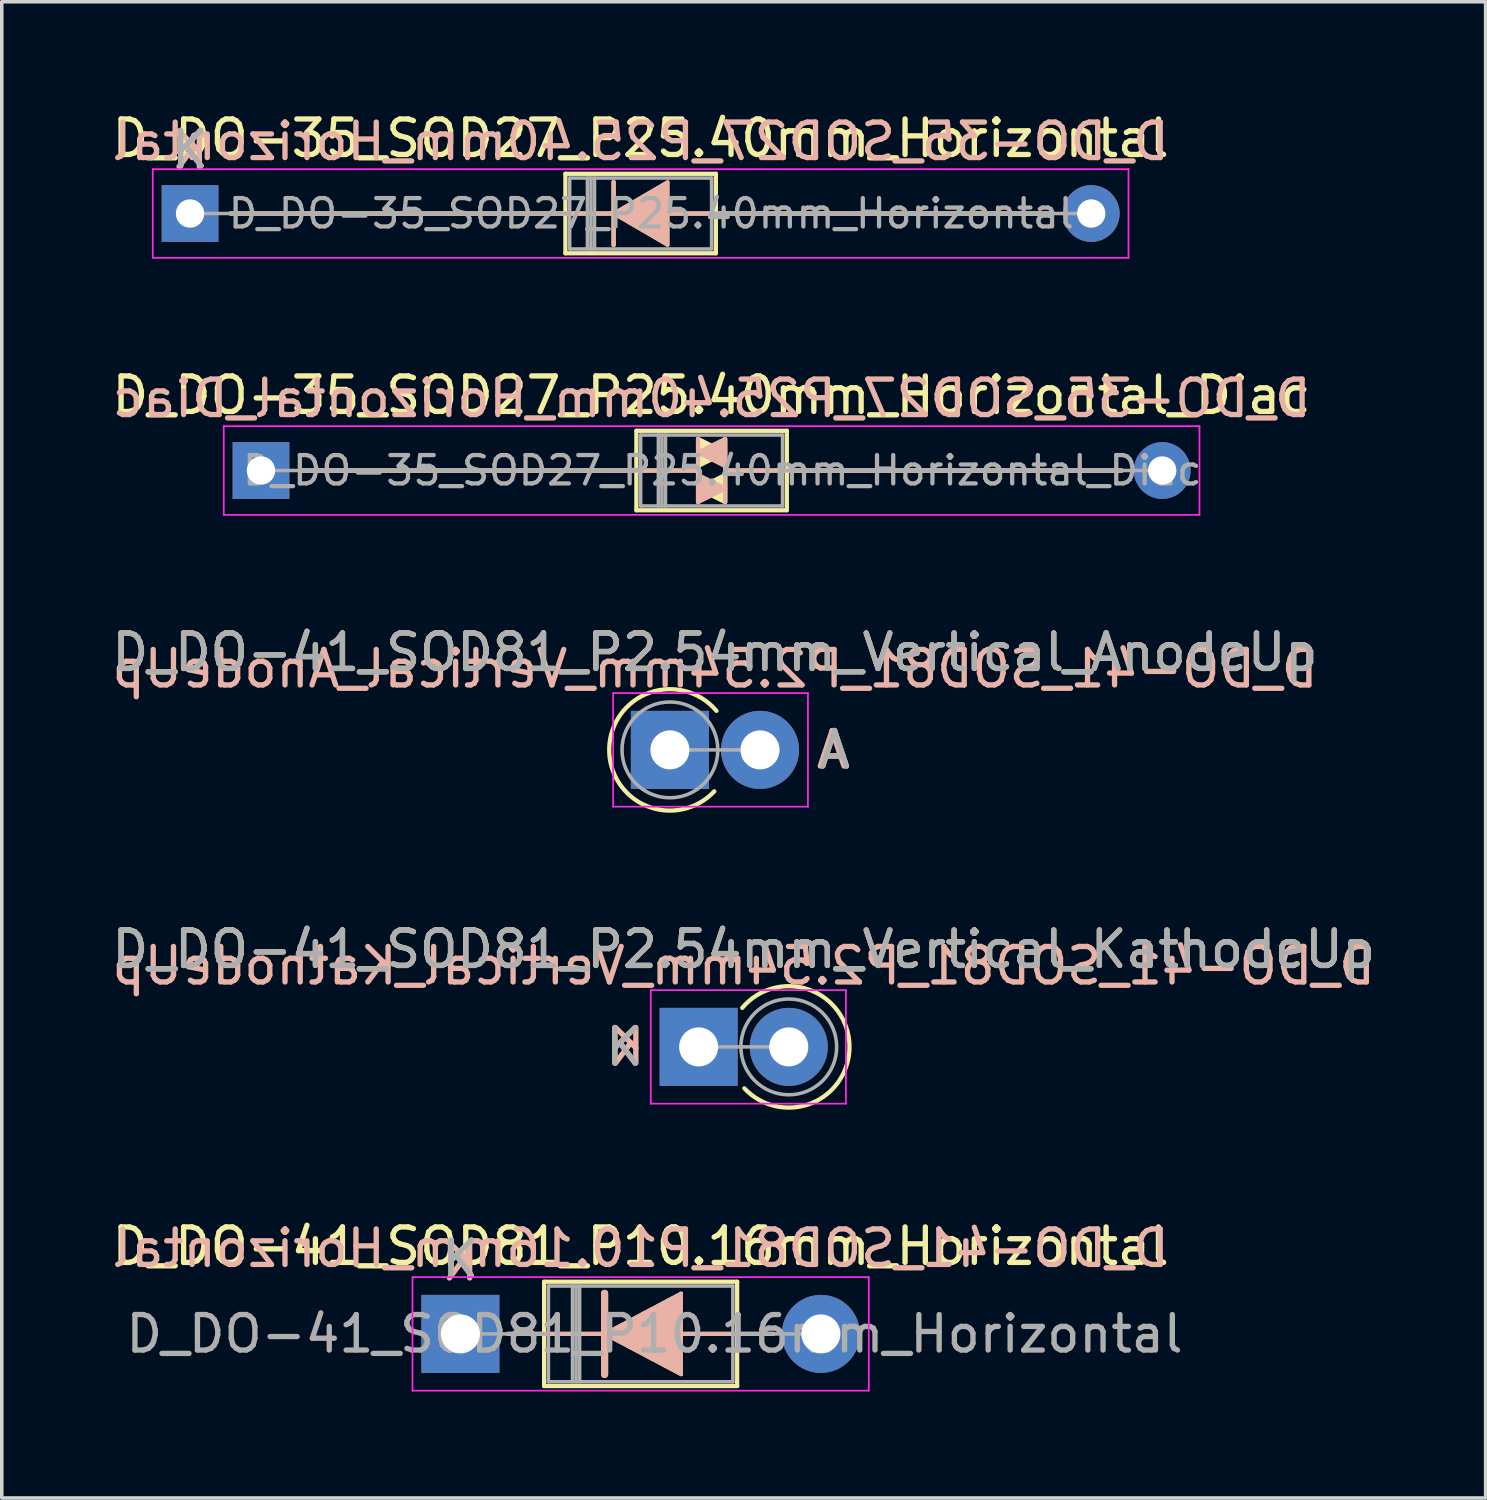
<source format=kicad_pcb>
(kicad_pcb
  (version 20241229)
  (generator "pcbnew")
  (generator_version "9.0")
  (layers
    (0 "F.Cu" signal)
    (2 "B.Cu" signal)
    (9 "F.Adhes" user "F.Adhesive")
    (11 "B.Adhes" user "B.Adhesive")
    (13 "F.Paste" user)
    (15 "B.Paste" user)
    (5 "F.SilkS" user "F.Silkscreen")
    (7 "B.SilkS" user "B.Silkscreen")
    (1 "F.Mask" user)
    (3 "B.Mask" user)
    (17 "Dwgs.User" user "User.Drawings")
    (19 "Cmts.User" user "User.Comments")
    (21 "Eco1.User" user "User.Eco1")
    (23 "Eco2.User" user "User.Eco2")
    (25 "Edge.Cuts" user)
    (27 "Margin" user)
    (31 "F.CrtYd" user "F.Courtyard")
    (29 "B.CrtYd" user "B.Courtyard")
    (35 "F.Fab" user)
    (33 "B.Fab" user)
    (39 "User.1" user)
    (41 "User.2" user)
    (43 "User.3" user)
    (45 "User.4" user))
  (footprint "D_DO-35_SOD27_P25.40mm_Horizontal_Diac"
    (layer "F.Cu")
    (at 4.306 10.211)
    (property "Reference" "D_DO-35_SOD27_P25.40mm_Horizontal_Diac" (at 12.7 -2.12 0) (layer "F.SilkS") (effects (font (size 1 1) (thickness 0.15))))
    (fp_line (start 1.143 0) (end 10.58 0) (stroke (width 0.12) (type solid)) (layer "F.SilkS"))
    (fp_line (start 10.541 0) (end 12.319 0) (stroke (width 0.12) (type solid)) (layer "F.SilkS"))
    (fp_line (start 10.58 -1.12) (end 10.58 1.12) (stroke (width 0.12) (type solid)) (layer "F.SilkS"))
    (fp_line (start 10.58 1.12) (end 14.82 1.12) (stroke (width 0.12) (type solid)) (layer "F.SilkS"))
    (fp_line (start 12.319 -0.889) (end 12.319 0.889) (stroke (width 0.12) (type solid)) (layer "F.SilkS"))
    (fp_line (start 13.081 -0.889) (end 13.081 0.889) (stroke (width 0.12) (type solid)) (layer "F.SilkS"))
    (fp_line (start 14.82 -1.12) (end 10.58 -1.12) (stroke (width 0.12) (type solid)) (layer "F.SilkS"))
    (fp_line (start 14.82 0) (end 13.081 0) (stroke (width 0.12) (type solid)) (layer "F.SilkS"))
    (fp_line (start 14.82 1.12) (end 14.82 -1.12) (stroke (width 0.12) (type solid)) (layer "F.SilkS"))
    (fp_line (start 24.257 0) (end 14.82 0) (stroke (width 0.12) (type solid)) (layer "F.SilkS"))
    (fp_poly (pts (xy 13.081 -0.508) (xy 12.319 -0.127) (xy 12.319 -0.889)) (stroke (width 0.12) (type solid)) (fill yes) (layer "F.SilkS"))
    (fp_poly (pts (xy 13.081 0.889) (xy 12.319 0.508) (xy 13.081 0.127)) (stroke (width 0.12) (type solid)) (fill yes) (layer "F.SilkS"))
    (fp_line (start 1.143 0) (end 10.58 0) (stroke (width 0.12) (type solid)) (layer "B.SilkS"))
    (fp_line (start 10.541 0) (end 12.319 0) (stroke (width 0.12) (type solid)) (layer "B.SilkS"))
    (fp_line (start 12.319 0.889) (end 12.319 -0.889) (stroke (width 0.12) (type solid)) (layer "B.SilkS"))
    (fp_line (start 13.081 0.889) (end 13.081 -0.889) (stroke (width 0.12) (type solid)) (layer "B.SilkS"))
    (fp_line (start 14.82 0) (end 13.081 0) (stroke (width 0.12) (type solid)) (layer "B.SilkS"))
    (fp_line (start 24.257 0) (end 14.82 0) (stroke (width 0.12) (type solid)) (layer "B.SilkS"))
    (fp_poly (pts (xy 13.081 -0.889) (xy 12.319 -0.508) (xy 13.081 -0.127)) (stroke (width 0.12) (type solid)) (fill yes) (layer "B.SilkS"))
    (fp_poly (pts (xy 13.081 0.508) (xy 12.319 0.127) (xy 12.319 0.889)) (stroke (width 0.12) (type solid)) (fill yes) (layer "B.SilkS"))
    (fp_line (start -1.05 -1.25) (end -1.05 1.25) (stroke (width 0.05) (type solid)) (layer "F.CrtYd"))
    (fp_line (start -1.05 1.25) (end 26.45 1.25) (stroke (width 0.05) (type solid)) (layer "F.CrtYd"))
    (fp_line (start 26.45 -1.25) (end -1.05 -1.25) (stroke (width 0.05) (type solid)) (layer "F.CrtYd"))
    (fp_line (start 26.45 1.25) (end 26.45 -1.25) (stroke (width 0.05) (type solid)) (layer "F.CrtYd"))
    (fp_line (start 0 0) (end 10.7 0) (stroke (width 0.1) (type solid)) (layer "F.Fab"))
    (fp_line (start 10.7 -1) (end 10.7 1) (stroke (width 0.1) (type solid)) (layer "F.Fab"))
    (fp_line (start 10.7 1) (end 14.7 1) (stroke (width 0.1) (type solid)) (layer "F.Fab"))
    (fp_line (start 11.2 -1) (end 11.2 1) (stroke (width 0.1) (type solid)) (layer "F.Fab"))
    (fp_line (start 11.3 -1) (end 11.3 1) (stroke (width 0.1) (type solid)) (layer "F.Fab"))
    (fp_line (start 11.4 -1) (end 11.4 1) (stroke (width 0.1) (type solid)) (layer "F.Fab"))
    (fp_line (start 14.7 -1) (end 10.7 -1) (stroke (width 0.1) (type solid)) (layer "F.Fab"))
    (fp_line (start 14.7 1) (end 14.7 -1) (stroke (width 0.1) (type solid)) (layer "F.Fab"))
    (fp_line (start 25.4 0) (end 14.7 0) (stroke (width 0.1) (type solid)) (layer "F.Fab"))
    (fp_text user "${REFERENCE}" (at 12.7 -2.032 0) (layer "B.SilkS") (effects (font (size 1 1) (thickness 0.15)) (justify mirror)))
    (fp_text user "${REFERENCE}" (at 13 0 0) (layer "F.Fab") (effects (font (size 0.8 0.8) (thickness 0.12))))
    (pad "1" thru_hole rect (at 0 0) (size 1.6 1.6) (drill 0.8) (layers "*.Cu" "*.Mask"))
    (pad "2" thru_hole oval (at 25.4 0) (size 1.6 1.6) (drill 0.8) (layers "*.Cu" "*.Mask")))
  (footprint "D_DO-41_SOD81_P2.54mm_Vertical_AnodeUp"
    (layer "F.Cu")
    (at 15.831 18.085)
    (property "Reference" "D_DO-41_SOD81_P2.54mm_Vertical_AnodeUp" (at 1.27 -2.751 0) (layer "F.SilkS") (effects (font (size 1 1) (thickness 0.15))))
    (fp_arc (start 1.251551 1.167366) (mid -1.710877 -0.044974) (end 1.311153 -1.1) (stroke (width 0.12) (type solid)) (layer "F.SilkS"))
    (fp_line (start -1.6 -1.6) (end -1.6 1.6) (stroke (width 0.05) (type solid)) (layer "F.CrtYd"))
    (fp_line (start -1.6 1.6) (end 3.89 1.6) (stroke (width 0.05) (type solid)) (layer "F.CrtYd"))
    (fp_line (start 3.89 -1.6) (end -1.6 -1.6) (stroke (width 0.05) (type solid)) (layer "F.CrtYd"))
    (fp_line (start 3.89 1.6) (end 3.89 -1.6) (stroke (width 0.05) (type solid)) (layer "F.CrtYd"))
    (fp_line (start 0 0) (end 2.54 0) (stroke (width 0.1) (type solid)) (layer "F.Fab"))
    (fp_circle (center 0 0) (end 1.35 0) (stroke (width 0.1) (type solid)) (fill no) (layer "F.Fab"))
    (fp_text user "A" (at 4.64 0 0) (layer "F.SilkS") (effects (font (size 1 1) (thickness 0.15))))
    (fp_text user "${REFERENCE}" (at 1.27 -2.286 0) (layer "B.SilkS") (effects (font (size 1 1) (thickness 0.15)) (justify mirror)))
    (fp_text user "A" (at 4.572 0 0) (layer "B.SilkS") (effects (font (size 1 1) (thickness 0.15)) (justify mirror)))
    (fp_text user "A" (at 4.64 0 0) (layer "F.Fab") (effects (font (size 1 1) (thickness 0.15))))
    (fp_text user "${REFERENCE}" (at 1.27 -2.751 0) (layer "F.Fab") (effects (font (size 1 1) (thickness 0.15))))
    (pad "1" thru_hole rect (at 0 0) (size 2.2 2.2) (drill 1.1) (layers "*.Cu" "*.Mask"))
    (pad "2" thru_hole oval (at 2.54 0) (size 2.2 2.2) (drill 1.1) (layers "*.Cu" "*.Mask")))
  (footprint "D_DO-41_SOD81_P10.16mm_Horizontal"
    (layer "F.Cu")
    (at 9.926 34.545)
    (property "Reference" "D_DO-41_SOD81_P10.16mm_Horizontal" (at 5.08 -2.47 0) (layer "F.SilkS") (effects (font (size 1 1) (thickness 0.15))))
    (fp_line (start 1.34 0) (end 2.36 0) (stroke (width 0.12) (type solid)) (layer "F.SilkS"))
    (fp_line (start 2.36 -1.47) (end 2.36 1.47) (stroke (width 0.12) (type solid)) (layer "F.SilkS"))
    (fp_line (start 2.36 1.47) (end 7.8 1.47) (stroke (width 0.12) (type solid)) (layer "F.SilkS"))
    (fp_line (start 4.064 -1.143) (end 4.064 1.143) (stroke (width 0.2) (type solid)) (layer "F.SilkS"))
    (fp_line (start 4.064 0) (end 2.36 0) (stroke (width 0.12) (type solid)) (layer "F.SilkS"))
    (fp_line (start 6.223 0) (end 7.8 0) (stroke (width 0.12) (type solid)) (layer "F.SilkS"))
    (fp_line (start 7.8 -1.47) (end 2.36 -1.47) (stroke (width 0.12) (type solid)) (layer "F.SilkS"))
    (fp_line (start 7.8 1.47) (end 7.8 -1.47) (stroke (width 0.12) (type solid)) (layer "F.SilkS"))
    (fp_line (start 8.82 0) (end 7.8 0) (stroke (width 0.12) (type solid)) (layer "F.SilkS"))
    (fp_poly (pts (xy 6.223 1.143) (xy 4.064 0) (xy 6.223 -1.143)) (stroke (width 0.1) (type solid)) (fill yes) (layer "F.SilkS"))
    (fp_line (start 1.34 0) (end 2.36 0) (stroke (width 0.12) (type solid)) (layer "B.SilkS"))
    (fp_line (start 4.064 0) (end 2.36 0) (stroke (width 0.12) (type solid)) (layer "B.SilkS"))
    (fp_line (start 4.064 1.143) (end 4.064 -1.143) (stroke (width 0.2) (type solid)) (layer "B.SilkS"))
    (fp_line (start 6.223 0) (end 7.8 0) (stroke (width 0.12) (type solid)) (layer "B.SilkS"))
    (fp_line (start 8.82 0) (end 7.8 0) (stroke (width 0.12) (type solid)) (layer "B.SilkS"))
    (fp_poly (pts (xy 6.223 -1.143) (xy 4.064 0) (xy 6.223 1.143)) (stroke (width 0.1) (type solid)) (fill yes) (layer "B.SilkS"))
    (fp_line (start -1.35 -1.6) (end -1.35 1.6) (stroke (width 0.05) (type solid)) (layer "F.CrtYd"))
    (fp_line (start -1.35 1.6) (end 11.51 1.6) (stroke (width 0.05) (type solid)) (layer "F.CrtYd"))
    (fp_line (start 11.51 -1.6) (end -1.35 -1.6) (stroke (width 0.05) (type solid)) (layer "F.CrtYd"))
    (fp_line (start 11.51 1.6) (end 11.51 -1.6) (stroke (width 0.05) (type solid)) (layer "F.CrtYd"))
    (fp_line (start 0 0) (end 2.48 0) (stroke (width 0.1) (type solid)) (layer "F.Fab"))
    (fp_line (start 2.48 -1.35) (end 2.48 1.35) (stroke (width 0.1) (type solid)) (layer "F.Fab"))
    (fp_line (start 2.48 1.35) (end 7.68 1.35) (stroke (width 0.1) (type solid)) (layer "F.Fab"))
    (fp_line (start 3.16 -1.35) (end 3.16 1.35) (stroke (width 0.1) (type solid)) (layer "F.Fab"))
    (fp_line (start 3.26 -1.35) (end 3.26 1.35) (stroke (width 0.1) (type solid)) (layer "F.Fab"))
    (fp_line (start 3.36 -1.35) (end 3.36 1.35) (stroke (width 0.1) (type solid)) (layer "F.Fab"))
    (fp_line (start 7.68 -1.35) (end 2.48 -1.35) (stroke (width 0.1) (type solid)) (layer "F.Fab"))
    (fp_line (start 7.68 1.35) (end 7.68 -1.35) (stroke (width 0.1) (type solid)) (layer "F.Fab"))
    (fp_line (start 10.16 0) (end 7.68 0) (stroke (width 0.1) (type solid)) (layer "F.Fab"))
    (fp_text user "K" (at 0 -2.1 0) (layer "F.SilkS") (effects (font (size 1 1) (thickness 0.15))))
    (fp_text user "${REFERENCE}" (at 5.08 -2.413 0) (layer "B.SilkS") (effects (font (size 1 1) (thickness 0.15)) (justify mirror)))
    (fp_text user "K" (at 0 -2.032 0) (layer "B.SilkS") (effects (font (size 1 1) (thickness 0.15)) (justify mirror)))
    (fp_text user "K" (at 0 -2.1 0) (layer "F.Fab") (effects (font (size 1 1) (thickness 0.15))))
    (fp_text user "${REFERENCE}" (at 5.47 0 0) (layer "F.Fab") (effects (font (size 1 1) (thickness 0.15))))
    (pad "1" thru_hole rect (at 0 0) (size 2.2 2.2) (drill 1.1) (layers "*.Cu" "*.Mask"))
    (pad "2" thru_hole oval (at 10.16 0) (size 2.2 2.2) (drill 1.1) (layers "*.Cu" "*.Mask")))
  (footprint "D_DO-41_SOD81_P2.54mm_Vertical_KathodeUp"
    (layer "F.Cu")
    (at 16.641 26.456)
    (property "Reference" "D_DO-41_SOD81_P2.54mm_Vertical_KathodeUp" (at 1.27 -2.751 0) (layer "F.SilkS") (effects (font (size 1 1) (thickness 0.15))))
    (fp_arc (start 1.228847 -1.1) (mid 4.250877 -0.044974) (end 1.288449 1.167366) (stroke (width 0.12) (type solid)) (layer "F.SilkS"))
    (fp_line (start -1.35 -1.6) (end -1.35 1.6) (stroke (width 0.05) (type solid)) (layer "F.CrtYd"))
    (fp_line (start -1.35 1.6) (end 4.15 1.6) (stroke (width 0.05) (type solid)) (layer "F.CrtYd"))
    (fp_line (start 4.15 -1.6) (end -1.35 -1.6) (stroke (width 0.05) (type solid)) (layer "F.CrtYd"))
    (fp_line (start 4.15 1.6) (end 4.15 -1.6) (stroke (width 0.05) (type solid)) (layer "F.CrtYd"))
    (fp_line (start 0 0) (end 2.54 0) (stroke (width 0.1) (type solid)) (layer "F.Fab"))
    (fp_circle (center 2.54 0) (end 3.89 0) (stroke (width 0.1) (type solid)) (fill no) (layer "F.Fab"))
    (fp_text user "K" (at -2.1 0 0) (layer "F.SilkS") (effects (font (size 1 1) (thickness 0.15))))
    (fp_text user "K" (at -2.032 0 0) (layer "B.SilkS") (effects (font (size 1 1) (thickness 0.15)) (justify mirror)))
    (fp_text user "${REFERENCE}" (at 1.27 -2.286 0) (layer "B.SilkS") (effects (font (size 1 1) (thickness 0.15)) (justify mirror)))
    (fp_text user "${REFERENCE}" (at 1.27 -2.751 0) (layer "F.Fab") (effects (font (size 1 1) (thickness 0.15))))
    (fp_text user "K" (at -2.1 0 0) (layer "F.Fab") (effects (font (size 1 1) (thickness 0.15))))
    (pad "1" thru_hole rect (at 0 0) (size 2.2 2.2) (drill 1.1) (layers "*.Cu" "*.Mask"))
    (pad "2" thru_hole oval (at 2.54 0) (size 2.2 2.2) (drill 1.1) (layers "*.Cu" "*.Mask")))
  (footprint "D_DO-35_SOD27_P25.40mm_Horizontal"
    (layer "F.Cu")
    (at 2.306 2.968)
    (property "Reference" "D_DO-35_SOD27_P25.40mm_Horizontal" (at 12.7 -2.12 0) (layer "F.SilkS") (effects (font (size 1 1) (thickness 0.15))))
    (fp_line (start 1.143 0) (end 10.58 0) (stroke (width 0.12) (type solid)) (layer "F.SilkS"))
    (fp_line (start 10.58 -1.12) (end 10.58 1.12) (stroke (width 0.12) (type solid)) (layer "F.SilkS"))
    (fp_line (start 10.58 0) (end 12.192 0) (stroke (width 0.12) (type solid)) (layer "F.SilkS"))
    (fp_line (start 10.58 1.12) (end 14.82 1.12) (stroke (width 0.12) (type solid)) (layer "F.SilkS"))
    (fp_line (start 11.938 -0.889) (end 11.938 0.889) (stroke (width 0.12) (type solid)) (layer "F.SilkS"))
    (fp_line (start 14.82 -1.12) (end 10.58 -1.12) (stroke (width 0.12) (type solid)) (layer "F.SilkS"))
    (fp_line (start 14.82 0) (end 13.462 0) (stroke (width 0.12) (type solid)) (layer "F.SilkS"))
    (fp_line (start 14.82 1.12) (end 14.82 -1.12) (stroke (width 0.12) (type solid)) (layer "F.SilkS"))
    (fp_line (start 24.257 0) (end 14.82 0) (stroke (width 0.12) (type solid)) (layer "F.SilkS"))
    (fp_poly (pts (xy 13.462 0.889) (xy 11.938 0) (xy 13.462 -0.889)) (stroke (width 0.1) (type solid)) (fill yes) (layer "F.SilkS"))
    (fp_line (start 1.143 0) (end 10.58 0) (stroke (width 0.12) (type solid)) (layer "B.SilkS"))
    (fp_line (start 10.58 0) (end 12.192 0) (stroke (width 0.12) (type solid)) (layer "B.SilkS"))
    (fp_line (start 11.938 0.889) (end 11.938 -0.889) (stroke (width 0.12) (type solid)) (layer "B.SilkS"))
    (fp_line (start 14.82 0) (end 13.462 0) (stroke (width 0.12) (type solid)) (layer "B.SilkS"))
    (fp_line (start 24.257 0) (end 14.82 0) (stroke (width 0.12) (type solid)) (layer "B.SilkS"))
    (fp_poly (pts (xy 13.462 -0.889) (xy 11.938 0) (xy 13.462 0.889)) (stroke (width 0.1) (type solid)) (fill yes) (layer "B.SilkS"))
    (fp_line (start -1.05 -1.25) (end -1.05 1.25) (stroke (width 0.05) (type solid)) (layer "F.CrtYd"))
    (fp_line (start -1.05 1.25) (end 26.45 1.25) (stroke (width 0.05) (type solid)) (layer "F.CrtYd"))
    (fp_line (start 26.45 -1.25) (end -1.05 -1.25) (stroke (width 0.05) (type solid)) (layer "F.CrtYd"))
    (fp_line (start 26.45 1.25) (end 26.45 -1.25) (stroke (width 0.05) (type solid)) (layer "F.CrtYd"))
    (fp_line (start 0 0) (end 10.7 0) (stroke (width 0.1) (type solid)) (layer "F.Fab"))
    (fp_line (start 10.7 -1) (end 10.7 1) (stroke (width 0.1) (type solid)) (layer "F.Fab"))
    (fp_line (start 10.7 1) (end 14.7 1) (stroke (width 0.1) (type solid)) (layer "F.Fab"))
    (fp_line (start 11.2 -1) (end 11.2 1) (stroke (width 0.1) (type solid)) (layer "F.Fab"))
    (fp_line (start 11.3 -1) (end 11.3 1) (stroke (width 0.1) (type solid)) (layer "F.Fab"))
    (fp_line (start 11.4 -1) (end 11.4 1) (stroke (width 0.1) (type solid)) (layer "F.Fab"))
    (fp_line (start 14.7 -1) (end 10.7 -1) (stroke (width 0.1) (type solid)) (layer "F.Fab"))
    (fp_line (start 14.7 1) (end 14.7 -1) (stroke (width 0.1) (type solid)) (layer "F.Fab"))
    (fp_line (start 25.4 0) (end 14.7 0) (stroke (width 0.1) (type solid)) (layer "F.Fab"))
    (fp_text user "K" (at 0 -1.8 0) (layer "F.SilkS") (effects (font (size 1 1) (thickness 0.15))))
    (fp_text user "K" (at 0 -1.778 0) (layer "B.SilkS") (effects (font (size 1 1) (thickness 0.15)) (justify mirror)))
    (fp_text user "${REFERENCE}" (at 12.7 -2.032 0) (layer "B.SilkS") (effects (font (size 1 1) (thickness 0.15)) (justify mirror)))
    (fp_text user "K" (at 0 -1.8 0) (layer "F.Fab") (effects (font (size 1 1) (thickness 0.15))))
    (fp_text user "${REFERENCE}" (at 13 0 0) (layer "F.Fab") (effects (font (size 0.8 0.8) (thickness 0.12))))
    (pad "1" thru_hole rect (at 0 0) (size 1.6 1.6) (drill 0.8) (layers "*.Cu" "*.Mask"))
    (pad "2" thru_hole oval (at 25.4 0) (size 1.6 1.6) (drill 0.8) (layers "*.Cu" "*.Mask")))
  (gr_rect
    (start -3 -3)
    (end 38.821 39.17)
    (stroke (width 0.1) (type default))
    (fill no)
    (layer "Edge.Cuts")))
</source>
